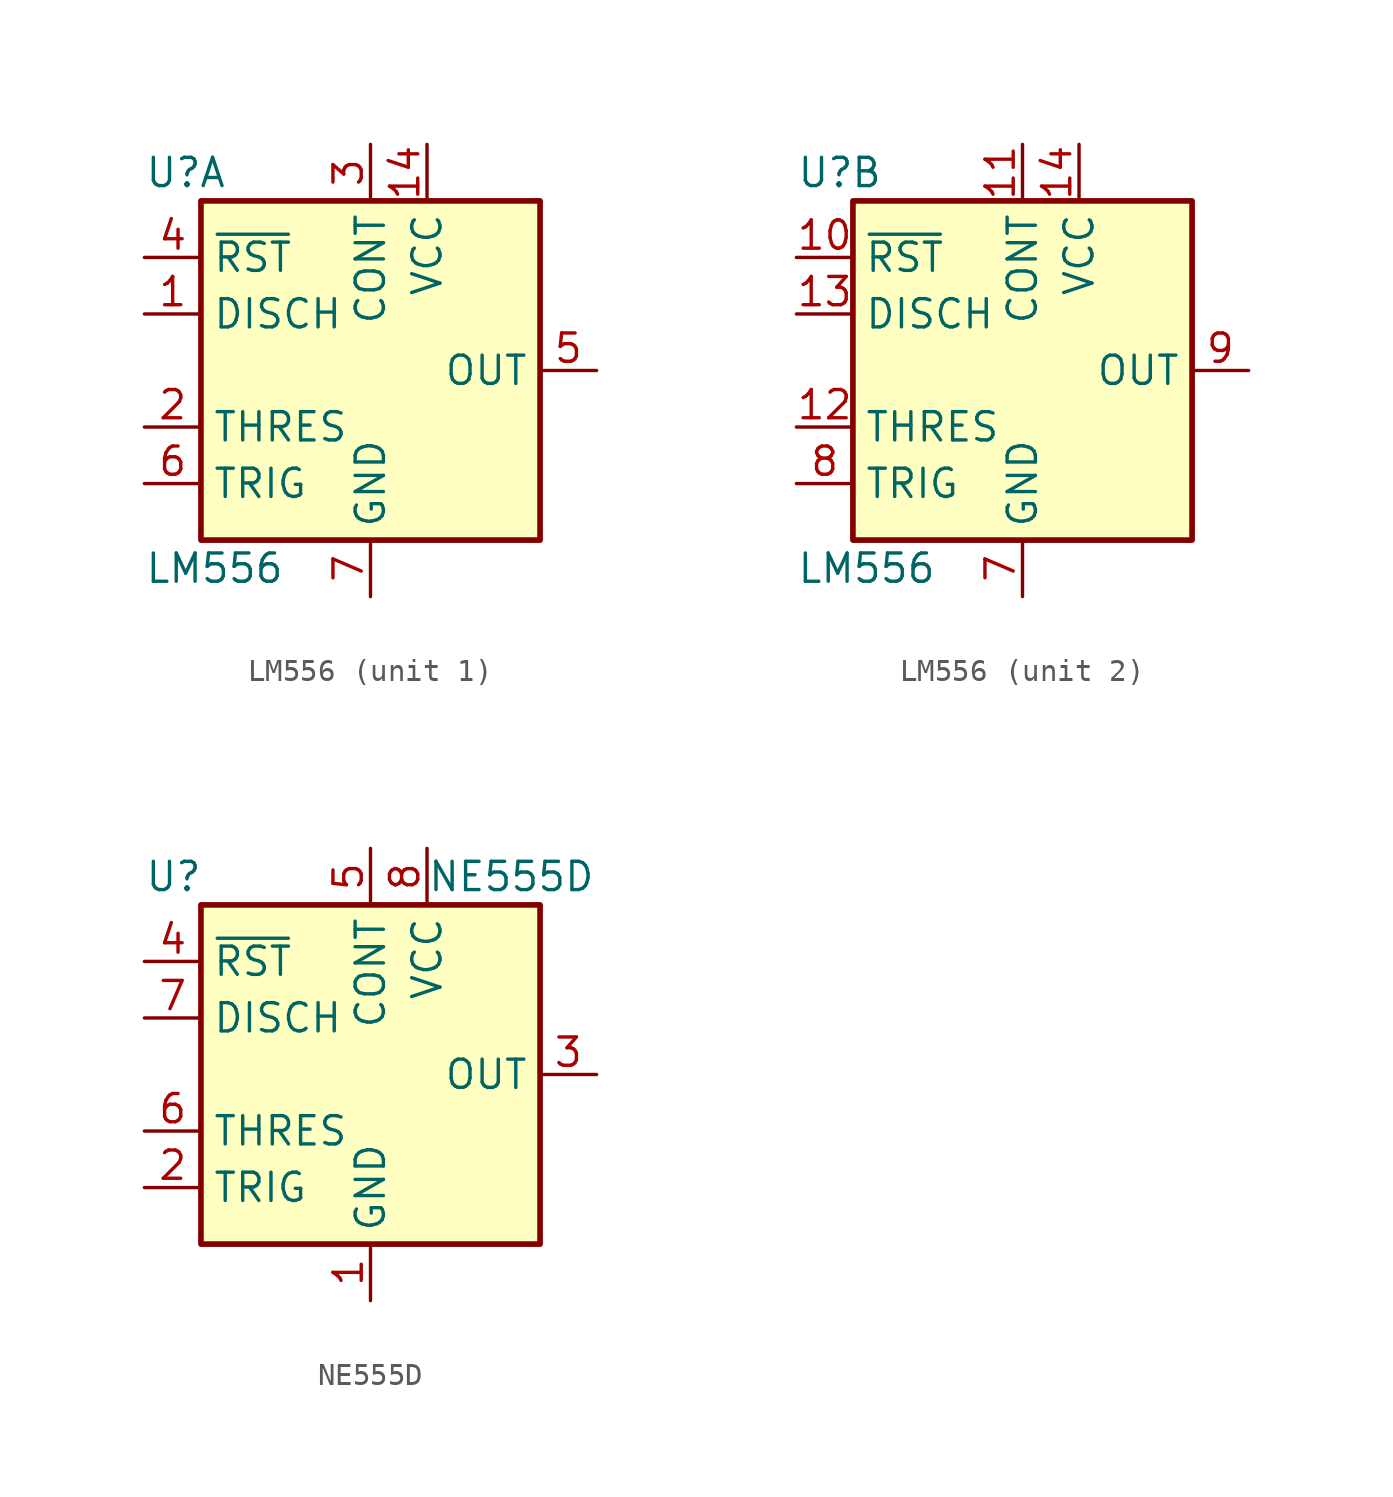
<source format=kicad_sym>
(kicad_symbol_lib
  (version 20241209)
  (generator "kicad_symbol_editor")
  (generator_version "9.0")
  (symbol "LM556"
    (property "Reference" "U"
      (at -10.16 8.89 0)
      (effects (font (size 1.27 1.27)) (justify left)))
    (property "Value" "LM556"
      (at -10.16 -8.89 0)
      (effects (font (size 1.27 1.27)) (justify left)))
    (symbol "LM556_0_0"
      (pin power_in line (at 0 -10.16 90) (length 2.54) (name "GND" (effects (font (size 1.27 1.27)))) (number "7" (effects (font (size 1.27 1.27)))))
      (pin power_in line (at 2.54 10.16 270) (length 2.54) (name "VCC" (effects (font (size 1.27 1.27)))) (number "14" (effects (font (size 1.27 1.27))))))
    (symbol "LM556_0_1"
      (rectangle (start -7.62 7.62) (end 7.62 -7.62) (stroke (width 0.254) (type default)) (fill (type background))))
    (symbol "LM556_1_1"
      (pin input line (at -10.16 5.08 0) (length 2.54) (name "~{RST}" (effects (font (size 1.27 1.27)))) (number "4" (effects (font (size 1.27 1.27)))))
      (pin input line (at -10.16 2.54 0) (length 2.54) (name "DISCH" (effects (font (size 1.27 1.27)))) (number "1" (effects (font (size 1.27 1.27)))))
      (pin input line (at -10.16 -2.54 0) (length 2.54) (name "THRES" (effects (font (size 1.27 1.27)))) (number "2" (effects (font (size 1.27 1.27)))))
      (pin input line (at -10.16 -5.08 0) (length 2.54) (name "TRIG" (effects (font (size 1.27 1.27)))) (number "6" (effects (font (size 1.27 1.27)))))
      (pin input line (at 0 10.16 270) (length 2.54) (name "CONT" (effects (font (size 1.27 1.27)))) (number "3" (effects (font (size 1.27 1.27)))))
      (pin output line (at 10.16 0 180) (length 2.54) (name "OUT" (effects (font (size 1.27 1.27)))) (number "5" (effects (font (size 1.27 1.27))))))
    (symbol "LM556_2_1"
      (pin input line (at -10.16 5.08 0) (length 2.54) (name "~{RST}" (effects (font (size 1.27 1.27)))) (number "10" (effects (font (size 1.27 1.27)))))
      (pin input line (at -10.16 2.54 0) (length 2.54) (name "DISCH" (effects (font (size 1.27 1.27)))) (number "13" (effects (font (size 1.27 1.27)))))
      (pin input line (at -10.16 -2.54 0) (length 2.54) (name "THRES" (effects (font (size 1.27 1.27)))) (number "12" (effects (font (size 1.27 1.27)))))
      (pin input line (at -10.16 -5.08 0) (length 2.54) (name "TRIG" (effects (font (size 1.27 1.27)))) (number "8" (effects (font (size 1.27 1.27)))))
      (pin input line (at 0 10.16 270) (length 2.54) (name "CONT" (effects (font (size 1.27 1.27)))) (number "11" (effects (font (size 1.27 1.27)))))
      (pin output line (at 10.16 0 180) (length 2.54) (name "OUT" (effects (font (size 1.27 1.27)))) (number "9" (effects (font (size 1.27 1.27)))))))
  (symbol "NE555D"
    (property "Reference" "U"
      (at -10.16 8.89 0)
      (effects (font (size 1.27 1.27)) (justify left)))
    (property "Value" "NE555D"
      (at 2.54 8.89 0)
      (effects (font (size 1.27 1.27)) (justify left)))
    (symbol "NE555D_0_0"
      (pin power_in line (at 0 -10.16 90) (length 2.54) (name "GND" (effects (font (size 1.27 1.27)))) (number "1" (effects (font (size 1.27 1.27)))))
      (pin power_in line (at 2.54 10.16 270) (length 2.54) (name "VCC" (effects (font (size 1.27 1.27)))) (number "8" (effects (font (size 1.27 1.27))))))
    (symbol "NE555D_0_1"
      (rectangle (start -7.62 7.62) (end 7.62 -7.62) (stroke (width 0.254) (type default)) (fill (type background))))
    (symbol "NE555D_1_1"
      (pin input line (at -10.16 5.08 0) (length 2.54) (name "~{RST}" (effects (font (size 1.27 1.27)))) (number "4" (effects (font (size 1.27 1.27)))))
      (pin input line (at -10.16 2.54 0) (length 2.54) (name "DISCH" (effects (font (size 1.27 1.27)))) (number "7" (effects (font (size 1.27 1.27)))))
      (pin input line (at -10.16 -2.54 0) (length 2.54) (name "THRES" (effects (font (size 1.27 1.27)))) (number "6" (effects (font (size 1.27 1.27)))))
      (pin input line (at -10.16 -5.08 0) (length 2.54) (name "TRIG" (effects (font (size 1.27 1.27)))) (number "2" (effects (font (size 1.27 1.27)))))
      (pin open_collector line (at 0 10.16 270) (length 2.54) (name "CONT" (effects (font (size 1.27 1.27)))) (number "5" (effects (font (size 1.27 1.27)))))
      (pin output line (at 10.16 0 180) (length 2.54) (name "OUT" (effects (font (size 1.27 1.27)))) (number "3" (effects (font (size 1.27 1.27))))))))
</source>
